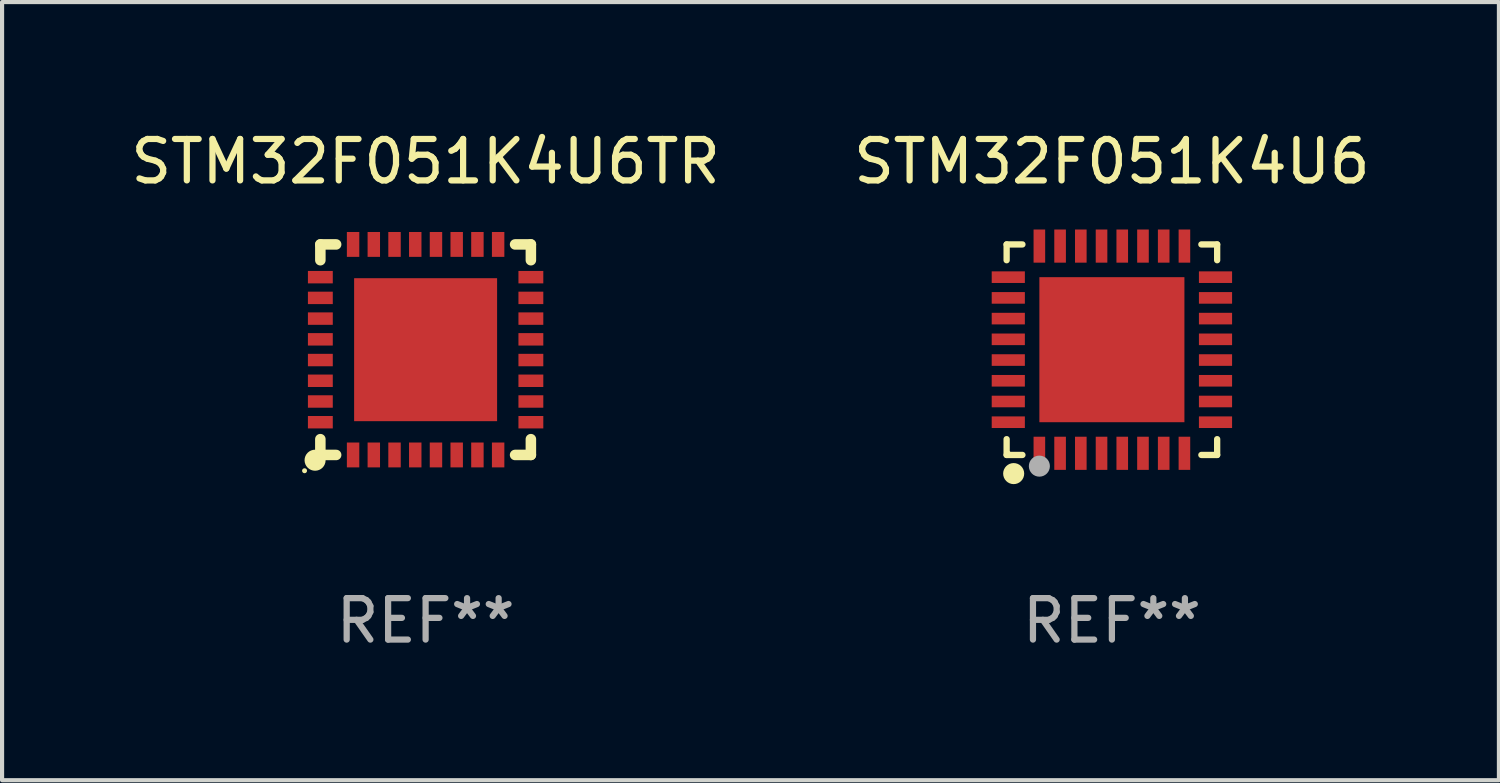
<source format=kicad_pcb>
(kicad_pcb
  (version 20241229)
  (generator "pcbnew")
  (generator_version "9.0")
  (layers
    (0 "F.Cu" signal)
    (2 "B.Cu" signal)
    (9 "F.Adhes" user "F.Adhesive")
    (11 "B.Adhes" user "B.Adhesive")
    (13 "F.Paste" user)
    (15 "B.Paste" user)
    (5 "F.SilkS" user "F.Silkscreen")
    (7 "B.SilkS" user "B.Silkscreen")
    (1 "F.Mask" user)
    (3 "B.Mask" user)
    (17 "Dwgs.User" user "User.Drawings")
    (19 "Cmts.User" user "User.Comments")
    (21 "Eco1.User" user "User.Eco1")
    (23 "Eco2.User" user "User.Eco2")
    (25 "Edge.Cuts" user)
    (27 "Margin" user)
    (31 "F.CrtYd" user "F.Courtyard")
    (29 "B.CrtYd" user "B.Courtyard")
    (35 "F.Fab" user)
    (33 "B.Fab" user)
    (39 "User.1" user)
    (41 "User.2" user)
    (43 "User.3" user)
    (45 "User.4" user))
  (footprint "STM32F051K4U6TR"
    (layer "F.Cu")
    (at 7.22 5.388)
    (property "Reference" "STM32F051K4U6TR" (at 0 -4.54 0) (layer "F.SilkS") (effects (font (size 1 1) (thickness 0.15))))
    (attr through_hole)
    (fp_line (start -2.54 -2.54) (end -2.159 -2.54) (stroke (width 0.254) (type solid)) (layer "F.SilkS"))
    (fp_line (start -2.54 -2.159) (end -2.54 -2.54) (stroke (width 0.254) (type solid)) (layer "F.SilkS"))
    (fp_line (start -2.54 2.54) (end -2.54 2.159) (stroke (width 0.254) (type solid)) (layer "F.SilkS"))
    (fp_line (start -2.159 2.54) (end -2.54 2.54) (stroke (width 0.254) (type solid)) (layer "F.SilkS"))
    (fp_line (start 2.159 -2.54) (end 2.54 -2.54) (stroke (width 0.254) (type solid)) (layer "F.SilkS"))
    (fp_line (start 2.54 -2.54) (end 2.54 -2.159) (stroke (width 0.254) (type solid)) (layer "F.SilkS"))
    (fp_line (start 2.54 2.159) (end 2.54 2.54) (stroke (width 0.254) (type solid)) (layer "F.SilkS"))
    (fp_line (start 2.54 2.54) (end 2.159 2.54) (stroke (width 0.254) (type solid)) (layer "F.SilkS"))
    (fp_circle (center -2.921 2.921) (end -2.891 2.921) (stroke (width 0.06) (type solid)) (fill no) (layer "F.SilkS"))
    (fp_circle (center -2.667 2.667) (end -2.54 2.667) (stroke (width 0.254) (type solid)) (fill no) (layer "F.SilkS"))
    (fp_text user "REF**" (at 0 6.54 0) (layer "F.Fab") (effects (font (size 1 1) (thickness 0.15))))
    (pad "1" smd rect (at -1.75 2.54 90) (size 0.6 0.3) (layers "F.Cu" "F.Mask" "F.Paste"))
    (pad "2" smd rect (at -1.25 2.54 90) (size 0.6 0.3) (layers "F.Cu" "F.Mask" "F.Paste"))
    (pad "3" smd rect (at -0.75 2.54 90) (size 0.6 0.3) (layers "F.Cu" "F.Mask" "F.Paste"))
    (pad "4" smd rect (at -0.25 2.54 90) (size 0.6 0.3) (layers "F.Cu" "F.Mask" "F.Paste"))
    (pad "5" smd rect (at 0.25 2.54 90) (size 0.6 0.3) (layers "F.Cu" "F.Mask" "F.Paste"))
    (pad "6" smd rect (at 0.75 2.54 90) (size 0.6 0.3) (layers "F.Cu" "F.Mask" "F.Paste"))
    (pad "7" smd rect (at 1.25 2.54 90) (size 0.6 0.3) (layers "F.Cu" "F.Mask" "F.Paste"))
    (pad "8" smd rect (at 1.75 2.54 90) (size 0.6 0.3) (layers "F.Cu" "F.Mask" "F.Paste"))
    (pad "9" smd rect (at 2.54 1.75 180) (size 0.6 0.3) (layers "F.Cu" "F.Mask" "F.Paste"))
    (pad "10" smd rect (at 2.54 1.25 180) (size 0.6 0.3) (layers "F.Cu" "F.Mask" "F.Paste"))
    (pad "11" smd rect (at 2.54 0.75 180) (size 0.6 0.3) (layers "F.Cu" "F.Mask" "F.Paste"))
    (pad "12" smd rect (at 2.54 0.25 180) (size 0.6 0.3) (layers "F.Cu" "F.Mask" "F.Paste"))
    (pad "13" smd rect (at 2.54 -0.25 180) (size 0.6 0.3) (layers "F.Cu" "F.Mask" "F.Paste"))
    (pad "14" smd rect (at 2.54 -0.75 180) (size 0.6 0.3) (layers "F.Cu" "F.Mask" "F.Paste"))
    (pad "15" smd rect (at 2.54 -1.25 180) (size 0.6 0.3) (layers "F.Cu" "F.Mask" "F.Paste"))
    (pad "16" smd rect (at 2.54 -1.75 180) (size 0.6 0.3) (layers "F.Cu" "F.Mask" "F.Paste"))
    (pad "17" smd rect (at 1.75 -2.54 270) (size 0.6 0.3) (layers "F.Cu" "F.Mask" "F.Paste"))
    (pad "18" smd rect (at 1.25 -2.54 270) (size 0.6 0.3) (layers "F.Cu" "F.Mask" "F.Paste"))
    (pad "19" smd rect (at 0.75 -2.54 270) (size 0.6 0.3) (layers "F.Cu" "F.Mask" "F.Paste"))
    (pad "20" smd rect (at 0.25 -2.54 270) (size 0.6 0.3) (layers "F.Cu" "F.Mask" "F.Paste"))
    (pad "21" smd rect (at -0.25 -2.54 270) (size 0.6 0.3) (layers "F.Cu" "F.Mask" "F.Paste"))
    (pad "22" smd rect (at -0.75 -2.54 270) (size 0.6 0.3) (layers "F.Cu" "F.Mask" "F.Paste"))
    (pad "23" smd rect (at -1.25 -2.54 270) (size 0.6 0.3) (layers "F.Cu" "F.Mask" "F.Paste"))
    (pad "24" smd rect (at -1.75 -2.54 270) (size 0.6 0.3) (layers "F.Cu" "F.Mask" "F.Paste"))
    (pad "25" smd rect (at -2.54 -1.75) (size 0.6 0.3) (layers "F.Cu" "F.Mask" "F.Paste"))
    (pad "26" smd rect (at -2.54 -1.25) (size 0.6 0.3) (layers "F.Cu" "F.Mask" "F.Paste"))
    (pad "27" smd rect (at -2.54 -0.75) (size 0.6 0.3) (layers "F.Cu" "F.Mask" "F.Paste"))
    (pad "28" smd rect (at -2.54 -0.25) (size 0.6 0.3) (layers "F.Cu" "F.Mask" "F.Paste"))
    (pad "29" smd rect (at -2.54 0.25) (size 0.6 0.3) (layers "F.Cu" "F.Mask" "F.Paste"))
    (pad "30" smd rect (at -2.54 0.75) (size 0.6 0.3) (layers "F.Cu" "F.Mask" "F.Paste"))
    (pad "31" smd rect (at -2.54 1.25) (size 0.6 0.3) (layers "F.Cu" "F.Mask" "F.Paste"))
    (pad "32" smd rect (at -2.54 1.75) (size 0.6 0.3) (layers "F.Cu" "F.Mask" "F.Paste"))
    (pad "33" smd rect (at 0 0) (size 3.45 3.45) (layers "F.Cu" "F.Mask" "F.Paste")))
  (footprint "STM32F051K4U6"
    (layer "F.Cu")
    (at 23.78 5.388)
    (property "Reference" "STM32F051K4U6" (at 0 -4.54 0) (layer "F.SilkS") (effects (font (size 1 1) (thickness 0.15))))
    (attr through_hole)
    (fp_line (start -2.54 -2.54) (end -2.159 -2.54) (stroke (width 0.152) (type solid)) (layer "F.SilkS"))
    (fp_line (start -2.54 -2.159) (end -2.54 -2.54) (stroke (width 0.152) (type solid)) (layer "F.SilkS"))
    (fp_line (start -2.54 2.54) (end -2.54 2.159) (stroke (width 0.152) (type solid)) (layer "F.SilkS"))
    (fp_line (start -2.159 2.54) (end -2.54 2.54) (stroke (width 0.152) (type solid)) (layer "F.SilkS"))
    (fp_line (start 2.159 -2.54) (end 2.54 -2.54) (stroke (width 0.152) (type solid)) (layer "F.SilkS"))
    (fp_line (start 2.54 -2.54) (end 2.54 -2.159) (stroke (width 0.152) (type solid)) (layer "F.SilkS"))
    (fp_line (start 2.54 2.159) (end 2.54 2.54) (stroke (width 0.152) (type solid)) (layer "F.SilkS"))
    (fp_line (start 2.54 2.54) (end 2.159 2.54) (stroke (width 0.152) (type solid)) (layer "F.SilkS"))
    (fp_circle (center -2.5 2.5) (end -2.47 2.5) (stroke (width 0.06) (type solid)) (fill no) (layer "F.SilkS"))
    (fp_circle (center -2.37 2.99) (end -2.243 2.99) (stroke (width 0.254) (type solid)) (fill no) (layer "F.SilkS"))
    (fp_circle (center -1.75 2.81) (end -1.623 2.81) (stroke (width 0.254) (type solid)) (fill no) (layer "F.Fab"))
    (fp_text user "REF**" (at 0 6.54 0) (layer "F.Fab") (effects (font (size 1 1) (thickness 0.15))))
    (pad "1" smd rect (at -1.75 2.5) (size 0.28 0.8) (layers "F.Cu" "F.Mask" "F.Paste"))
    (pad "2" smd rect (at -1.25 2.5) (size 0.28 0.8) (layers "F.Cu" "F.Mask" "F.Paste"))
    (pad "3" smd rect (at -0.75 2.5) (size 0.28 0.8) (layers "F.Cu" "F.Mask" "F.Paste"))
    (pad "4" smd rect (at -0.25 2.5) (size 0.28 0.8) (layers "F.Cu" "F.Mask" "F.Paste"))
    (pad "5" smd rect (at 0.25 2.5) (size 0.28 0.8) (layers "F.Cu" "F.Mask" "F.Paste"))
    (pad "6" smd rect (at 0.75 2.5) (size 0.28 0.8) (layers "F.Cu" "F.Mask" "F.Paste"))
    (pad "7" smd rect (at 1.25 2.5) (size 0.28 0.8) (layers "F.Cu" "F.Mask" "F.Paste"))
    (pad "8" smd rect (at 1.75 2.5) (size 0.28 0.8) (layers "F.Cu" "F.Mask" "F.Paste"))
    (pad "9" smd rect (at 2.5 1.75) (size 0.8 0.28) (layers "F.Cu" "F.Mask" "F.Paste"))
    (pad "10" smd rect (at 2.5 1.25) (size 0.8 0.28) (layers "F.Cu" "F.Mask" "F.Paste"))
    (pad "11" smd rect (at 2.5 0.75) (size 0.8 0.28) (layers "F.Cu" "F.Mask" "F.Paste"))
    (pad "12" smd rect (at 2.5 0.25) (size 0.8 0.28) (layers "F.Cu" "F.Mask" "F.Paste"))
    (pad "13" smd rect (at 2.5 -0.25) (size 0.8 0.28) (layers "F.Cu" "F.Mask" "F.Paste"))
    (pad "14" smd rect (at 2.5 -0.75) (size 0.8 0.28) (layers "F.Cu" "F.Mask" "F.Paste"))
    (pad "15" smd rect (at 2.5 -1.25) (size 0.8 0.28) (layers "F.Cu" "F.Mask" "F.Paste"))
    (pad "16" smd rect (at 2.5 -1.75) (size 0.8 0.28) (layers "F.Cu" "F.Mask" "F.Paste"))
    (pad "17" smd rect (at 1.75 -2.5) (size 0.28 0.8) (layers "F.Cu" "F.Mask" "F.Paste"))
    (pad "18" smd rect (at 1.25 -2.5) (size 0.28 0.8) (layers "F.Cu" "F.Mask" "F.Paste"))
    (pad "19" smd rect (at 0.75 -2.5) (size 0.28 0.8) (layers "F.Cu" "F.Mask" "F.Paste"))
    (pad "20" smd rect (at 0.25 -2.5) (size 0.28 0.8) (layers "F.Cu" "F.Mask" "F.Paste"))
    (pad "21" smd rect (at -0.25 -2.5) (size 0.28 0.8) (layers "F.Cu" "F.Mask" "F.Paste"))
    (pad "22" smd rect (at -0.75 -2.5) (size 0.28 0.8) (layers "F.Cu" "F.Mask" "F.Paste"))
    (pad "23" smd rect (at -1.25 -2.5) (size 0.28 0.8) (layers "F.Cu" "F.Mask" "F.Paste"))
    (pad "24" smd rect (at -1.75 -2.5) (size 0.28 0.8) (layers "F.Cu" "F.Mask" "F.Paste"))
    (pad "25" smd rect (at -2.5 -1.75) (size 0.8 0.28) (layers "F.Cu" "F.Mask" "F.Paste"))
    (pad "26" smd rect (at -2.5 -1.25) (size 0.8 0.28) (layers "F.Cu" "F.Mask" "F.Paste"))
    (pad "27" smd rect (at -2.5 -0.75) (size 0.8 0.28) (layers "F.Cu" "F.Mask" "F.Paste"))
    (pad "28" smd rect (at -2.5 -0.25) (size 0.8 0.28) (layers "F.Cu" "F.Mask" "F.Paste"))
    (pad "29" smd rect (at -2.5 0.25) (size 0.8 0.28) (layers "F.Cu" "F.Mask" "F.Paste"))
    (pad "30" smd rect (at -2.5 0.75) (size 0.8 0.28) (layers "F.Cu" "F.Mask" "F.Paste"))
    (pad "31" smd rect (at -2.5 1.25) (size 0.8 0.28) (layers "F.Cu" "F.Mask" "F.Paste"))
    (pad "32" smd rect (at -2.5 1.75) (size 0.8 0.28) (layers "F.Cu" "F.Mask" "F.Paste"))
    (pad "33" smd rect (at 0.000127 0.000127) (size 3.5 3.5) (layers "F.Cu" "F.Mask" "F.Paste")))
  (gr_rect
    (start -3 -3)
    (end 33.119 15.777)
    (stroke (width 0.1) (type default))
    (fill no)
    (layer "Edge.Cuts")))
</source>
